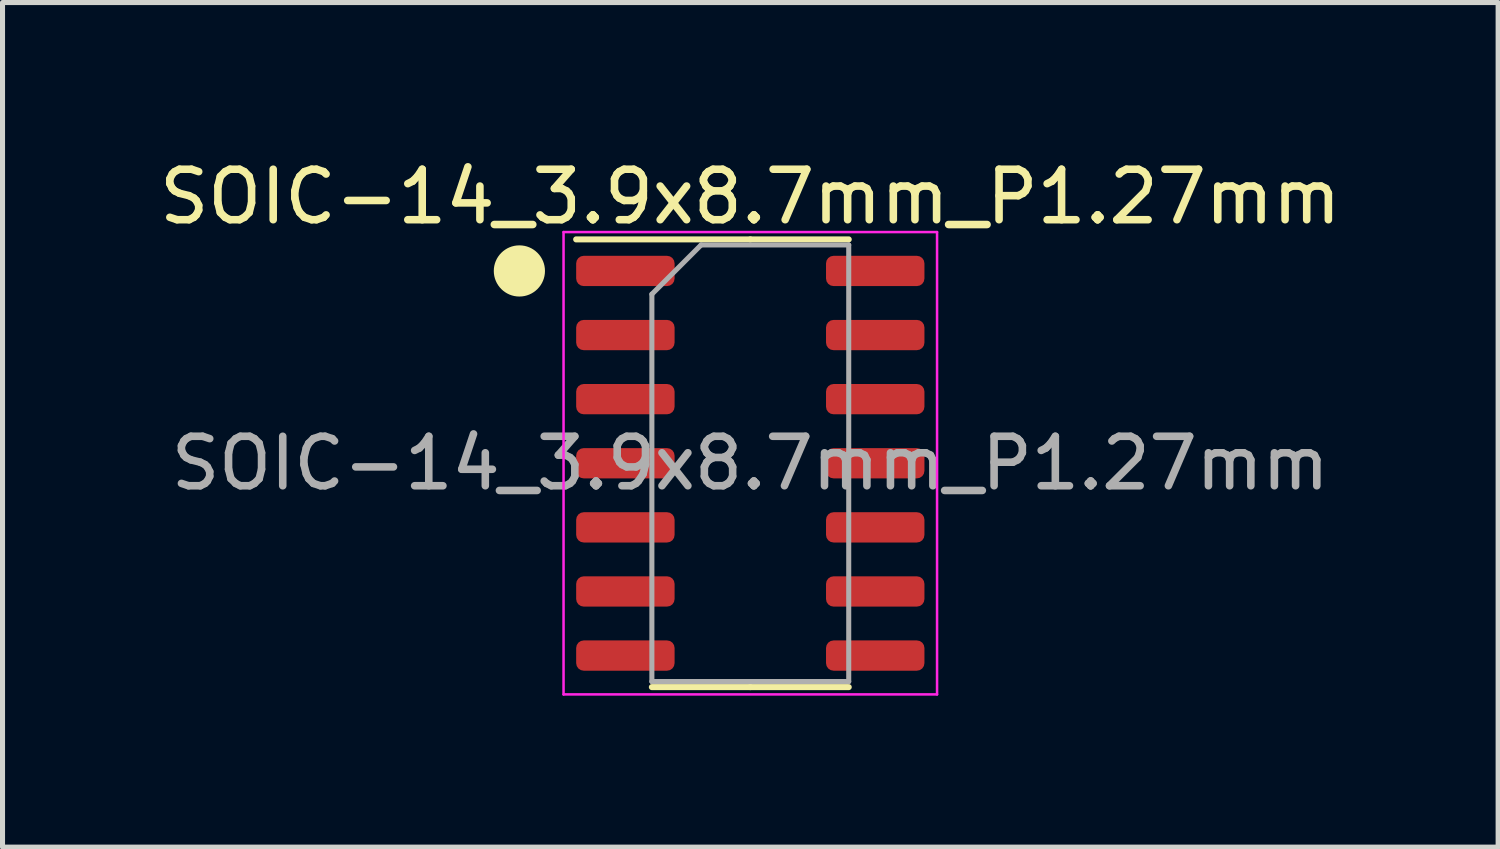
<source format=kicad_pcb>
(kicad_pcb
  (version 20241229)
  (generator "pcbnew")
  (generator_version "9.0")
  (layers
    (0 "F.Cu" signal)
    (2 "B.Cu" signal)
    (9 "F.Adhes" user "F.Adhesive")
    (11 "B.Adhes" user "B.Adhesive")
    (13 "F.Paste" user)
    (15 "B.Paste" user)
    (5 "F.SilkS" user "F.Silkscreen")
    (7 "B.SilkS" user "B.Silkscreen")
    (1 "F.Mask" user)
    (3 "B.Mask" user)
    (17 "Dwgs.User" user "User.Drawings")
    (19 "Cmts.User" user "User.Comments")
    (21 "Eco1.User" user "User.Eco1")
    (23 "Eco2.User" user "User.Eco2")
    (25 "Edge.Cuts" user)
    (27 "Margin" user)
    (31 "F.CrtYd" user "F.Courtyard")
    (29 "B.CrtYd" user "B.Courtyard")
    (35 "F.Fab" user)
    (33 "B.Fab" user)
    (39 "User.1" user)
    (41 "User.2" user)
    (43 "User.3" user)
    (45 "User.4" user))
  (footprint "SOIC-14_3.9x8.7mm_P1.27mm"
    (layer "F.Cu")
    (at 11.815 6.128)
    (property "Reference" "SOIC-14_3.9x8.7mm_P1.27mm" (at 0 -5.28 0) (layer "F.SilkS") (effects (font (size 1 1) (thickness 0.15))))
    (attr smd)
    (fp_line (start 0 -4.435) (end -3.45 -4.435) (stroke (width 0.12) (type solid)) (layer "F.SilkS"))
    (fp_line (start 0 -4.435) (end 1.95 -4.435) (stroke (width 0.12) (type solid)) (layer "F.SilkS"))
    (fp_line (start 0 4.435) (end -1.95 4.435) (stroke (width 0.12) (type solid)) (layer "F.SilkS"))
    (fp_line (start 0 4.435) (end 1.95 4.435) (stroke (width 0.12) (type solid)) (layer "F.SilkS"))
    (fp_circle (center -4.575 -3.81) (end -4.128 -3.81) (stroke (width 0.12) (type solid)) (fill yes) (layer "F.SilkS"))
    (fp_line (start -3.7 -4.58) (end -3.7 4.58) (stroke (width 0.05) (type solid)) (layer "F.CrtYd"))
    (fp_line (start -3.7 4.58) (end 3.7 4.58) (stroke (width 0.05) (type solid)) (layer "F.CrtYd"))
    (fp_line (start 3.7 -4.58) (end -3.7 -4.58) (stroke (width 0.05) (type solid)) (layer "F.CrtYd"))
    (fp_line (start 3.7 4.58) (end 3.7 -4.58) (stroke (width 0.05) (type solid)) (layer "F.CrtYd"))
    (fp_line (start -1.95 -3.35) (end -0.975 -4.325) (stroke (width 0.1) (type solid)) (layer "F.Fab"))
    (fp_line (start -1.95 4.325) (end -1.95 -3.35) (stroke (width 0.1) (type solid)) (layer "F.Fab"))
    (fp_line (start -0.975 -4.325) (end 1.95 -4.325) (stroke (width 0.1) (type solid)) (layer "F.Fab"))
    (fp_line (start 1.95 -4.325) (end 1.95 4.325) (stroke (width 0.1) (type solid)) (layer "F.Fab"))
    (fp_line (start 1.95 4.325) (end -1.95 4.325) (stroke (width 0.1) (type solid)) (layer "F.Fab"))
    (fp_text user "${REFERENCE}" (at 0 0 0) (layer "F.Fab") (effects (font (size 0.98 0.98) (thickness 0.15))))
    (pad "1" smd roundrect (at -2.475 -3.81) (size 1.95 0.6) (layers "F.Cu" "F.Mask" "F.Paste") (roundrect_rratio 0.25))
    (pad "2" smd roundrect (at -2.475 -2.54) (size 1.95 0.6) (layers "F.Cu" "F.Mask" "F.Paste") (roundrect_rratio 0.25))
    (pad "3" smd roundrect (at -2.475 -1.27) (size 1.95 0.6) (layers "F.Cu" "F.Mask" "F.Paste") (roundrect_rratio 0.25))
    (pad "4" smd roundrect (at -2.475 0) (size 1.95 0.6) (layers "F.Cu" "F.Mask" "F.Paste") (roundrect_rratio 0.25))
    (pad "5" smd roundrect (at -2.475 1.27) (size 1.95 0.6) (layers "F.Cu" "F.Mask" "F.Paste") (roundrect_rratio 0.25))
    (pad "6" smd roundrect (at -2.475 2.54) (size 1.95 0.6) (layers "F.Cu" "F.Mask" "F.Paste") (roundrect_rratio 0.25))
    (pad "7" smd roundrect (at -2.475 3.81) (size 1.95 0.6) (layers "F.Cu" "F.Mask" "F.Paste") (roundrect_rratio 0.25))
    (pad "8" smd roundrect (at 2.475 3.81) (size 1.95 0.6) (layers "F.Cu" "F.Mask" "F.Paste") (roundrect_rratio 0.25))
    (pad "9" smd roundrect (at 2.475 2.54) (size 1.95 0.6) (layers "F.Cu" "F.Mask" "F.Paste") (roundrect_rratio 0.25))
    (pad "10" smd roundrect (at 2.475 1.27) (size 1.95 0.6) (layers "F.Cu" "F.Mask" "F.Paste") (roundrect_rratio 0.25))
    (pad "11" smd roundrect (at 2.475 0) (size 1.95 0.6) (layers "F.Cu" "F.Mask" "F.Paste") (roundrect_rratio 0.25))
    (pad "12" smd roundrect (at 2.475 -1.27) (size 1.95 0.6) (layers "F.Cu" "F.Mask" "F.Paste") (roundrect_rratio 0.25))
    (pad "13" smd roundrect (at 2.475 -2.54) (size 1.95 0.6) (layers "F.Cu" "F.Mask" "F.Paste") (roundrect_rratio 0.25))
    (pad "14" smd roundrect (at 2.475 -3.81) (size 1.95 0.6) (layers "F.Cu" "F.Mask" "F.Paste") (roundrect_rratio 0.25)))
  (gr_rect
    (start -3 -3)
    (end 26.631 13.733)
    (stroke (width 0.1) (type default))
    (fill no)
    (layer "Edge.Cuts")))
</source>
